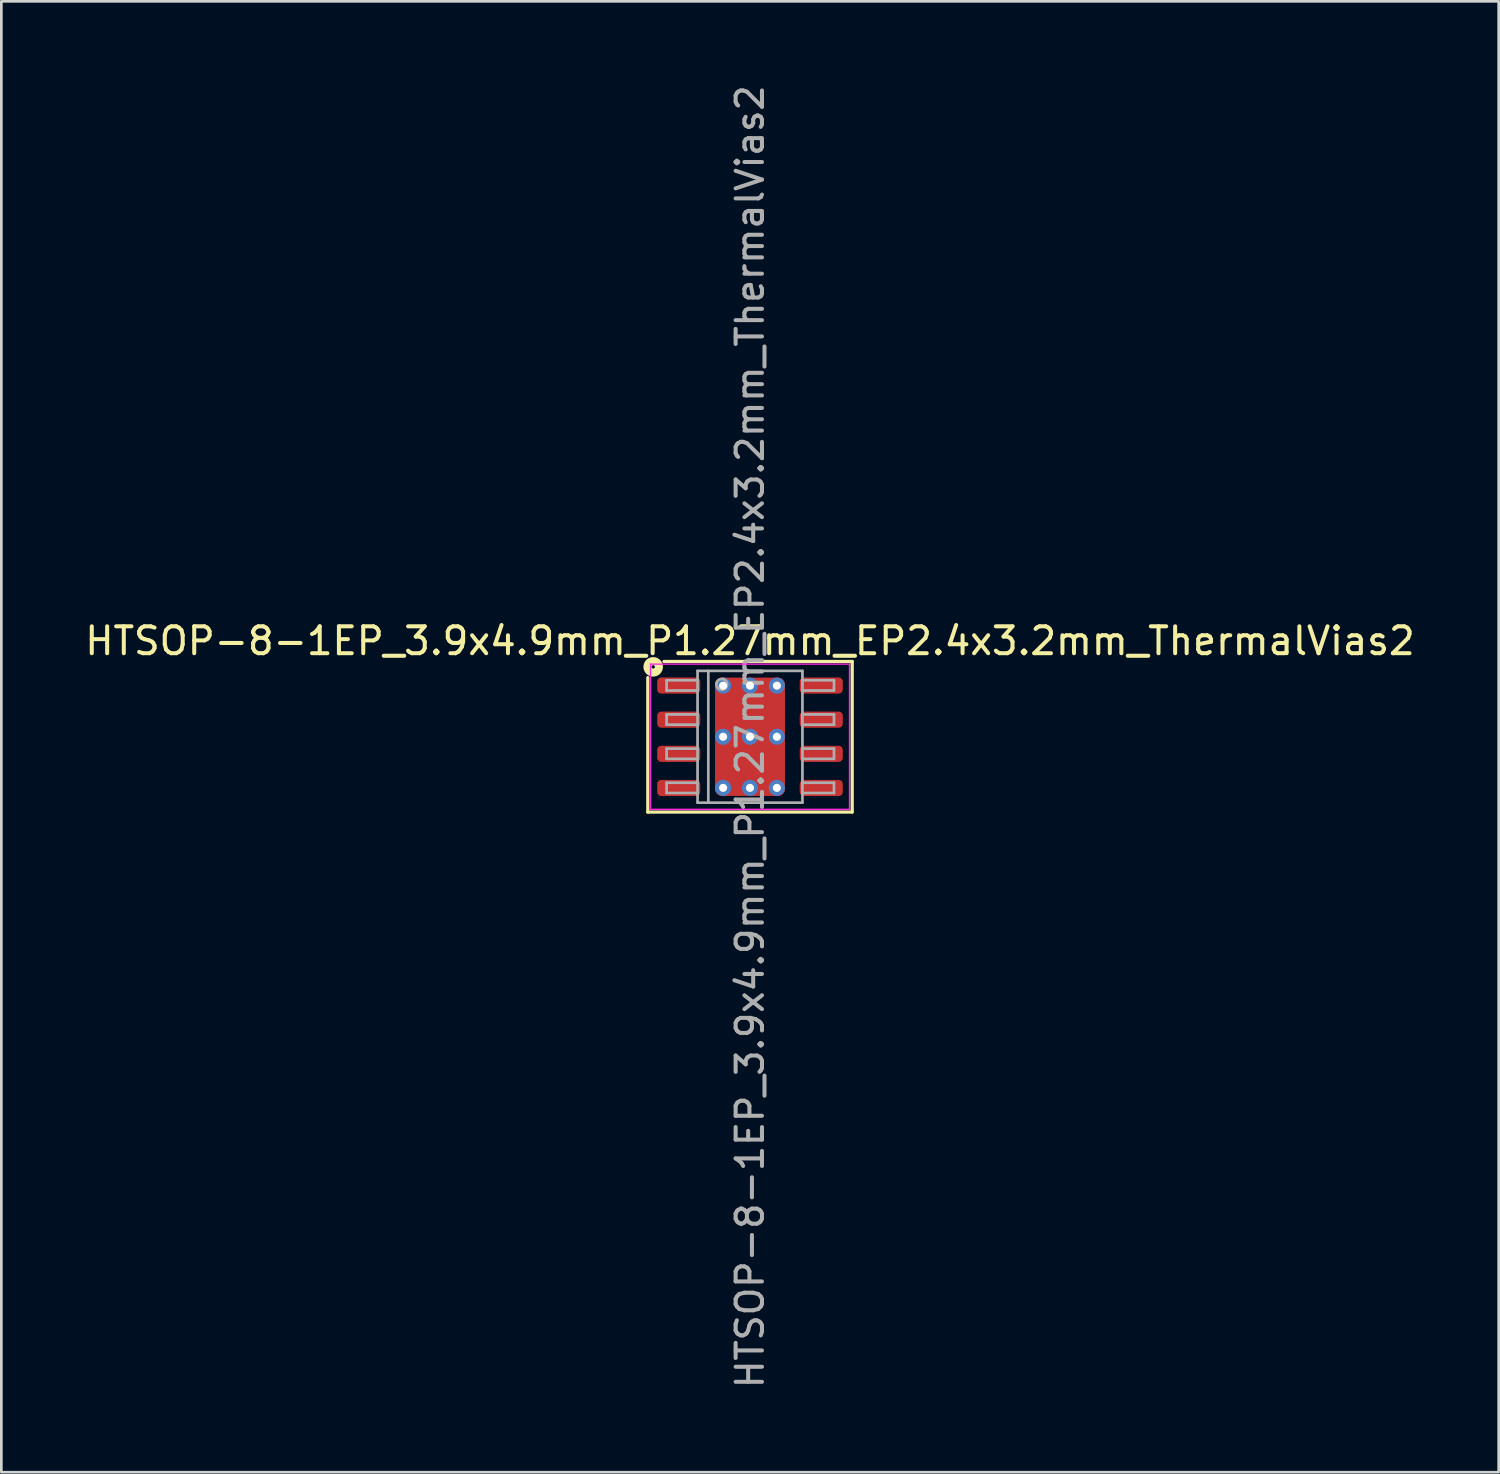
<source format=kicad_pcb>
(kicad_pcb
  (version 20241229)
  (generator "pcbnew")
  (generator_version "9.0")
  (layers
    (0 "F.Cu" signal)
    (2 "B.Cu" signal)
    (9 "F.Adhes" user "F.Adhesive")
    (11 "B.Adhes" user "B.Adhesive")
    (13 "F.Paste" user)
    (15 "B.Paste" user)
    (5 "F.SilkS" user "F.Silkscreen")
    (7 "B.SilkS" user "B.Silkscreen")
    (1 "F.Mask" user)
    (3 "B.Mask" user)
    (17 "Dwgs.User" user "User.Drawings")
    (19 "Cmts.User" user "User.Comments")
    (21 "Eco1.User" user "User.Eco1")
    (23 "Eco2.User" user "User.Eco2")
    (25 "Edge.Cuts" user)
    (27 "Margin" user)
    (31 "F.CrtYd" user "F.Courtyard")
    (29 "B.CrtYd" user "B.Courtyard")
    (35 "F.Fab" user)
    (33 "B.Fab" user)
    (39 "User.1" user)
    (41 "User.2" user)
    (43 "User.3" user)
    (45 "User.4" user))
  (footprint "HTSOP-8-1EP_3.9x4.9mm_P1.27mm_EP2.4x3.2mm_ThermalVias2"
    (layer "F.Cu")
    (at 24.839 24.347)
    (property "Reference" "HTSOP-8-1EP_3.9x4.9mm_P1.27mm_EP2.4x3.2mm_ThermalVias2" (at 0 -3.562 0) (layer "F.SilkS") (effects (font (size 1 1) (thickness 0.15))))
    (attr smd)
    (fp_line (start -3.8 2.8) (end -3.8 -2.2) (stroke (width 0.12) (type solid)) (layer "F.SilkS"))
    (fp_line (start -3.2 -2.8) (end 3.8 -2.8) (stroke (width 0.12) (type solid)) (layer "F.SilkS"))
    (fp_line (start 3.8 -2.8) (end 3.8 2.8) (stroke (width 0.12) (type solid)) (layer "F.SilkS"))
    (fp_line (start 3.8 2.8) (end -3.8 2.8) (stroke (width 0.12) (type solid)) (layer "F.SilkS"))
    (fp_circle (center -3.6 -2.6) (end -3.537 -2.6) (stroke (width 0.3) (type solid)) (fill no) (layer "F.SilkS"))
    (fp_line (start -3.7 -2.7) (end -3.7 2.7) (stroke (width 0.05) (type solid)) (layer "F.CrtYd"))
    (fp_line (start -3.7 2.7) (end 3.7 2.7) (stroke (width 0.05) (type solid)) (layer "F.CrtYd"))
    (fp_line (start 3.7 -2.7) (end -3.7 -2.7) (stroke (width 0.05) (type solid)) (layer "F.CrtYd"))
    (fp_line (start 3.7 2.7) (end 3.7 -2.7) (stroke (width 0.05) (type solid)) (layer "F.CrtYd"))
    (fp_line (start -3.1 -2.1) (end -3.1 -1.719) (stroke (width 0.1) (type solid)) (layer "F.Fab"))
    (fp_line (start -3.1 -2.1) (end -1.957 -2.1) (stroke (width 0.1) (type solid)) (layer "F.Fab"))
    (fp_line (start -3.1 -1.719) (end -1.957 -1.719) (stroke (width 0.1) (type solid)) (layer "F.Fab"))
    (fp_line (start -3.1 -0.83) (end -3.1 -0.449) (stroke (width 0.1) (type solid)) (layer "F.Fab"))
    (fp_line (start -3.1 -0.83) (end -1.957 -0.83) (stroke (width 0.1) (type solid)) (layer "F.Fab"))
    (fp_line (start -3.1 -0.449) (end -1.957 -0.449) (stroke (width 0.1) (type solid)) (layer "F.Fab"))
    (fp_line (start -3.1 0.44) (end -3.1 0.821) (stroke (width 0.1) (type solid)) (layer "F.Fab"))
    (fp_line (start -3.1 0.44) (end -1.957 0.44) (stroke (width 0.1) (type solid)) (layer "F.Fab"))
    (fp_line (start -3.1 0.821) (end -1.957 0.821) (stroke (width 0.1) (type solid)) (layer "F.Fab"))
    (fp_line (start -3.1 1.71) (end -3.1 2.091) (stroke (width 0.1) (type solid)) (layer "F.Fab"))
    (fp_line (start -3.1 1.71) (end -1.957 1.71) (stroke (width 0.1) (type solid)) (layer "F.Fab"))
    (fp_line (start -3.1 2.091) (end -1.957 2.091) (stroke (width 0.1) (type solid)) (layer "F.Fab"))
    (fp_line (start -1.95 -2.45) (end 1.95 -2.45) (stroke (width 0.1) (type solid)) (layer "F.Fab"))
    (fp_line (start -1.95 2.45) (end -1.95 -2.45) (stroke (width 0.1) (type solid)) (layer "F.Fab"))
    (fp_line (start -1.55 -2.45) (end -1.55 2.45) (stroke (width 0.1) (type solid)) (layer "F.Fab"))
    (fp_line (start 1.95 -2.45) (end 1.95 2.45) (stroke (width 0.1) (type solid)) (layer "F.Fab"))
    (fp_line (start 1.95 2.45) (end -1.95 2.45) (stroke (width 0.1) (type solid)) (layer "F.Fab"))
    (fp_line (start 3.123 -2.1) (end 1.98 -2.1) (stroke (width 0.1) (type solid)) (layer "F.Fab"))
    (fp_line (start 3.123 -1.719) (end 1.98 -1.719) (stroke (width 0.1) (type solid)) (layer "F.Fab"))
    (fp_line (start 3.123 -1.719) (end 3.123 -2.1) (stroke (width 0.1) (type solid)) (layer "F.Fab"))
    (fp_line (start 3.123 -0.83) (end 1.98 -0.83) (stroke (width 0.1) (type solid)) (layer "F.Fab"))
    (fp_line (start 3.123 -0.449) (end 1.98 -0.449) (stroke (width 0.1) (type solid)) (layer "F.Fab"))
    (fp_line (start 3.123 -0.449) (end 3.123 -0.83) (stroke (width 0.1) (type solid)) (layer "F.Fab"))
    (fp_line (start 3.123 0.44) (end 1.98 0.44) (stroke (width 0.1) (type solid)) (layer "F.Fab"))
    (fp_line (start 3.123 0.821) (end 1.98 0.821) (stroke (width 0.1) (type solid)) (layer "F.Fab"))
    (fp_line (start 3.123 0.821) (end 3.123 0.44) (stroke (width 0.1) (type solid)) (layer "F.Fab"))
    (fp_line (start 3.123 1.71) (end 1.98 1.71) (stroke (width 0.1) (type solid)) (layer "F.Fab"))
    (fp_line (start 3.123 2.091) (end 1.98 2.091) (stroke (width 0.1) (type solid)) (layer "F.Fab"))
    (fp_line (start 3.123 2.091) (end 3.123 1.71) (stroke (width 0.1) (type solid)) (layer "F.Fab"))
    (fp_circle (center -1.05 -1.95) (end -0.85 -1.95) (stroke (width 0.1) (type solid)) (fill no) (layer "F.Fab"))
    (fp_text user "${REFERENCE}" (at 0 0 90) (layer "F.Fab") (effects (font (size 0.98 0.98) (thickness 0.15))))
    (pad "" smd roundrect (at -0.575 -0.95) (size 0.95 1) (layers "F.Paste") (roundrect_rratio 0.25))
    (pad "" smd roundrect (at -0.575 0.95) (size 0.95 1) (layers "F.Paste") (roundrect_rratio 0.25))
    (pad "" smd roundrect (at 0 -0.95) (size 2.4 1.3) (layers "F.Mask") (roundrect_rratio 0.192))
    (pad "" smd roundrect (at 0 0.95) (size 2.4 1.3) (layers "F.Mask") (roundrect_rratio 0.192))
    (pad "" smd roundrect (at 0.575 -0.95) (size 0.95 1) (layers "F.Paste") (roundrect_rratio 0.25))
    (pad "" smd roundrect (at 0.575 0.95) (size 0.95 1) (layers "F.Paste") (roundrect_rratio 0.25))
    (pad "1" smd roundrect (at -2.65 -1.905) (size 1.6 0.6) (layers "F.Cu" "F.Mask" "F.Paste") (roundrect_rratio 0.25))
    (pad "2" smd roundrect (at -2.65 -0.635) (size 1.6 0.6) (layers "F.Cu" "F.Mask" "F.Paste") (roundrect_rratio 0.25))
    (pad "3" smd roundrect (at -2.65 0.635) (size 1.6 0.6) (layers "F.Cu" "F.Mask" "F.Paste") (roundrect_rratio 0.25))
    (pad "4" smd roundrect (at -2.65 1.905) (size 1.6 0.6) (layers "F.Cu" "F.Mask" "F.Paste") (roundrect_rratio 0.25))
    (pad "5" smd roundrect (at 2.65 1.905) (size 1.6 0.6) (layers "F.Cu" "F.Mask" "F.Paste") (roundrect_rratio 0.25))
    (pad "6" smd roundrect (at 2.65 0.635) (size 1.6 0.6) (layers "F.Cu" "F.Mask" "F.Paste") (roundrect_rratio 0.25))
    (pad "7" smd roundrect (at 2.65 -0.635) (size 1.6 0.6) (layers "F.Cu" "F.Mask" "F.Paste") (roundrect_rratio 0.25))
    (pad "8" smd roundrect (at 2.65 -1.905) (size 1.6 0.6) (layers "F.Cu" "F.Mask" "F.Paste") (roundrect_rratio 0.25))
    (pad "9" thru_hole circle (at -1 -1.9) (size 0.6 0.6) (drill 0.3) (property pad_prop_heatsink) (layers "*.Cu" "*.Mask"))
    (pad "9" thru_hole circle (at -1 0) (size 0.6 0.6) (drill 0.3) (property pad_prop_heatsink) (layers "*.Cu" "*.Mask"))
    (pad "9" thru_hole circle (at -1 1.9) (size 0.6 0.6) (drill 0.3) (property pad_prop_heatsink) (layers "*.Cu" "*.Mask"))
    (pad "9" thru_hole circle (at 0 -1.9) (size 0.6 0.6) (drill 0.3) (property pad_prop_heatsink) (layers "*.Cu" "*.Mask"))
    (pad "9" thru_hole circle (at 0 0) (size 0.6 0.6) (drill 0.3) (property pad_prop_heatsink) (layers "*.Cu" "*.Mask"))
    (pad "9" smd roundrect (at 0 0) (size 2.6 4.4) (layers "F.Cu") (roundrect_rratio 0.096))
    (pad "9" thru_hole circle (at 0 1.9) (size 0.6 0.6) (drill 0.3) (property pad_prop_heatsink) (layers "*.Cu" "*.Mask"))
    (pad "9" thru_hole circle (at 1 -1.9) (size 0.6 0.6) (drill 0.3) (property pad_prop_heatsink) (layers "*.Cu" "*.Mask"))
    (pad "9" thru_hole circle (at 1 0) (size 0.6 0.6) (drill 0.3) (property pad_prop_heatsink) (layers "*.Cu" "*.Mask"))
    (pad "9" thru_hole circle (at 1 1.9) (size 0.6 0.6) (drill 0.3) (property pad_prop_heatsink) (layers "*.Cu" "*.Mask")))
  (gr_rect
    (start -3 -3)
    (end 52.679 51.694)
    (stroke (width 0.1) (type default))
    (fill no)
    (layer "Edge.Cuts")))
</source>
